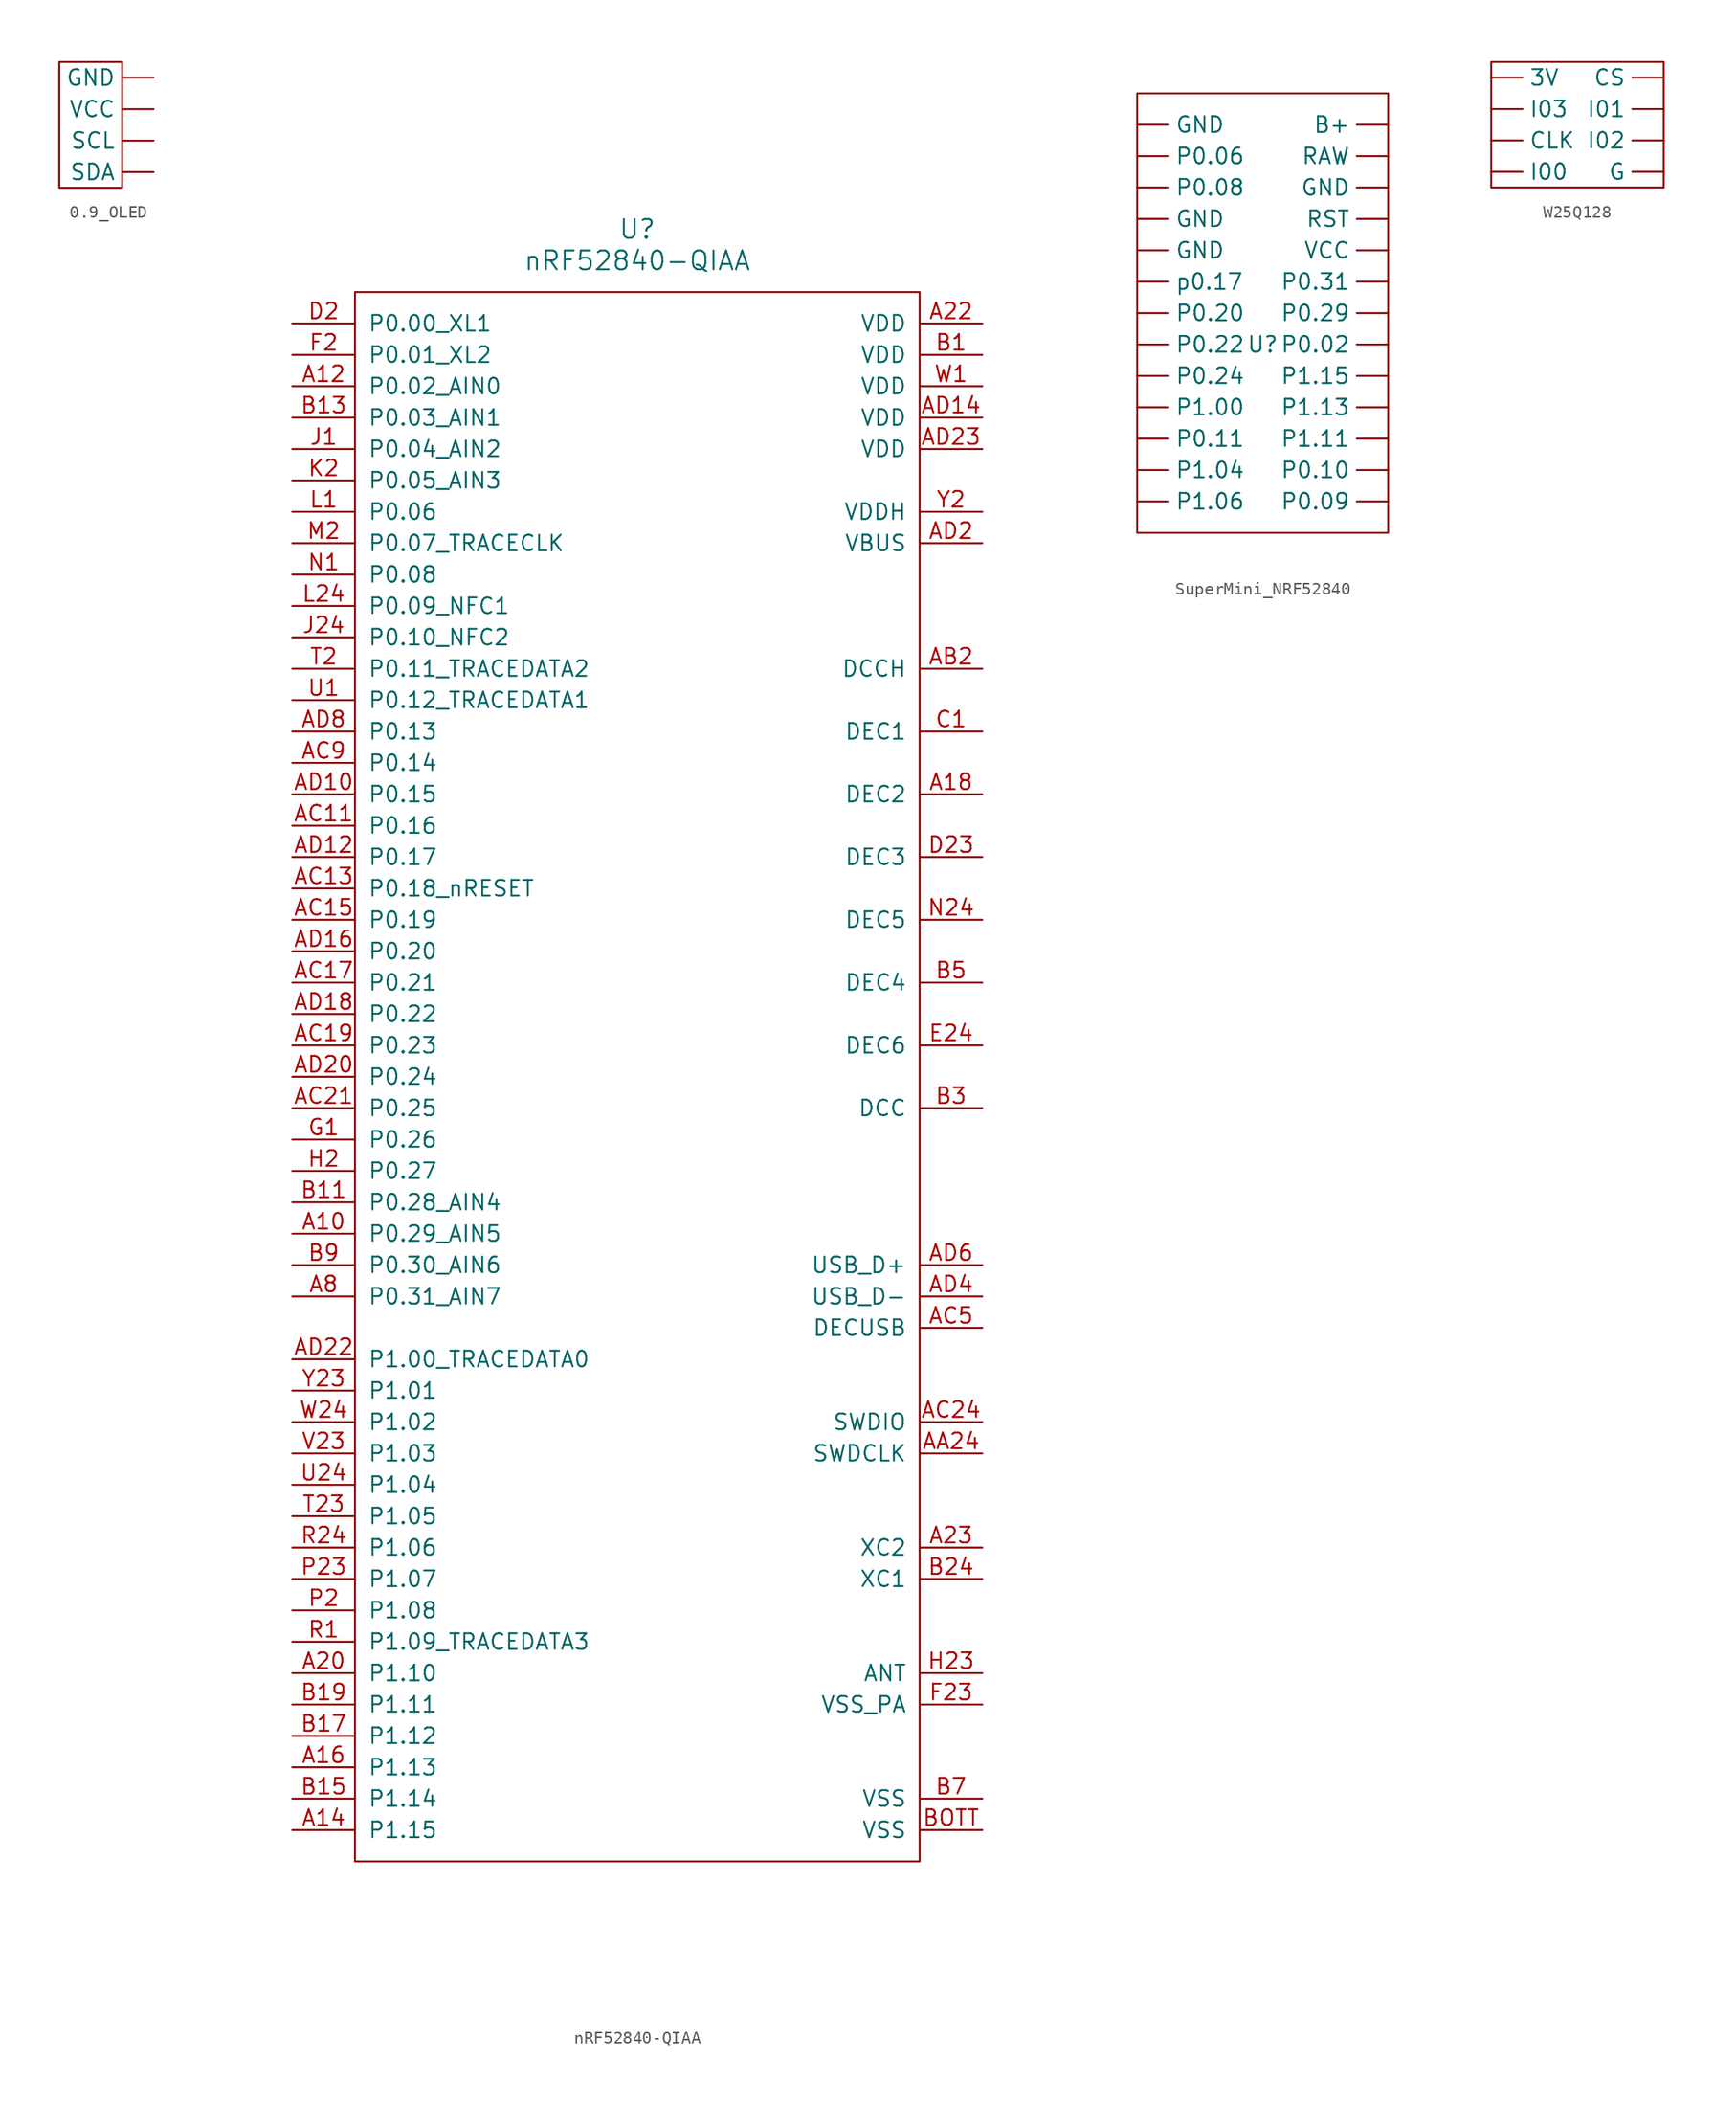
<source format=kicad_sym>
(kicad_symbol_lib
  (version 20241209)
  (generator "kicad_symbol_editor")
  (generator_version "9.0")
  (symbol "0.9_OLED"
    (property "Reference" "U"
      (at 0 0 90)
      (effects (font (size 1.27 1.27)) (hide yes)))
    (property "Value" ""
      (at 0 0 0)
      (effects (font (size 1.27 1.27))))
    (symbol "0.9_OLED_0_1"
      (rectangle (start -3.81 3.81) (end 1.27 -6.35) (stroke (width 0) (type default)) (fill (type none))))
    (symbol "0.9_OLED_1_1"
      (pin bidirectional line (at 3.81 2.54 180) (length 2.54) (name "GND" (effects (font (size 1.27 1.27)))) (number "" (effects (font (size 1.27 1.27)))))
      (pin bidirectional line (at 3.81 0 180) (length 2.54) (name "VCC" (effects (font (size 1.27 1.27)))) (number "" (effects (font (size 1.27 1.27)))))
      (pin bidirectional line (at 3.81 -2.54 180) (length 2.54) (name "SCL" (effects (font (size 1.27 1.27)))) (number "" (effects (font (size 1.27 1.27)))))
      (pin bidirectional line (at 3.81 -5.08 180) (length 2.54) (name "SDA" (effects (font (size 1.27 1.27)))) (number "" (effects (font (size 1.27 1.27)))))))
  (symbol "nRF52840-QIAA"
    (pin_names
      (offset 1.016))
    (property "Reference" "U"
      (at 0 68.58 0)
      (effects (font (size 1.524 1.524))))
    (property "Value" "nRF52840-QIAA"
      (at 0 66.04 0)
      (effects (font (size 1.524 1.524))))
    (symbol "nRF52840-QIAA_0_1"
      (rectangle (start -22.86 63.5) (end 22.86 -63.5) (stroke (width 0) (type solid)) (fill (type none))))
    (symbol "nRF52840-QIAA_1_1"
      (pin bidirectional line (at -27.94 60.96 0) (length 5.08) (name "P0.00_XL1" (effects (font (size 1.27 1.27)))) (number "D2" (effects (font (size 1.27 1.27)))))
      (pin bidirectional line (at -27.94 58.42 0) (length 5.08) (name "P0.01_XL2" (effects (font (size 1.27 1.27)))) (number "F2" (effects (font (size 1.27 1.27)))))
      (pin bidirectional line (at -27.94 55.88 0) (length 5.08) (name "P0.02_AIN0" (effects (font (size 1.27 1.27)))) (number "A12" (effects (font (size 1.27 1.27)))))
      (pin bidirectional line (at -27.94 53.34 0) (length 5.08) (name "P0.03_AIN1" (effects (font (size 1.27 1.27)))) (number "B13" (effects (font (size 1.27 1.27)))))
      (pin bidirectional line (at -27.94 50.8 0) (length 5.08) (name "P0.04_AIN2" (effects (font (size 1.27 1.27)))) (number "J1" (effects (font (size 1.27 1.27)))))
      (pin bidirectional line (at -27.94 48.26 0) (length 5.08) (name "P0.05_AIN3" (effects (font (size 1.27 1.27)))) (number "K2" (effects (font (size 1.27 1.27)))))
      (pin bidirectional line (at -27.94 45.72 0) (length 5.08) (name "P0.06" (effects (font (size 1.27 1.27)))) (number "L1" (effects (font (size 1.27 1.27)))))
      (pin bidirectional line (at -27.94 43.18 0) (length 5.08) (name "P0.07_TRACECLK" (effects (font (size 1.27 1.27)))) (number "M2" (effects (font (size 1.27 1.27)))))
      (pin bidirectional line (at -27.94 40.64 0) (length 5.08) (name "P0.08" (effects (font (size 1.27 1.27)))) (number "N1" (effects (font (size 1.27 1.27)))))
      (pin bidirectional line (at -27.94 38.1 0) (length 5.08) (name "P0.09_NFC1" (effects (font (size 1.27 1.27)))) (number "L24" (effects (font (size 1.27 1.27)))))
      (pin bidirectional line (at -27.94 35.56 0) (length 5.08) (name "P0.10_NFC2" (effects (font (size 1.27 1.27)))) (number "J24" (effects (font (size 1.27 1.27)))))
      (pin bidirectional line (at -27.94 33.02 0) (length 5.08) (name "P0.11_TRACEDATA2" (effects (font (size 1.27 1.27)))) (number "T2" (effects (font (size 1.27 1.27)))))
      (pin bidirectional line (at -27.94 30.48 0) (length 5.08) (name "P0.12_TRACEDATA1" (effects (font (size 1.27 1.27)))) (number "U1" (effects (font (size 1.27 1.27)))))
      (pin bidirectional line (at -27.94 27.94 0) (length 5.08) (name "P0.13" (effects (font (size 1.27 1.27)))) (number "AD8" (effects (font (size 1.27 1.27)))))
      (pin bidirectional line (at -27.94 25.4 0) (length 5.08) (name "P0.14" (effects (font (size 1.27 1.27)))) (number "AC9" (effects (font (size 1.27 1.27)))))
      (pin bidirectional line (at -27.94 22.86 0) (length 5.08) (name "P0.15" (effects (font (size 1.27 1.27)))) (number "AD10" (effects (font (size 1.27 1.27)))))
      (pin bidirectional line (at -27.94 20.32 0) (length 5.08) (name "P0.16" (effects (font (size 1.27 1.27)))) (number "AC11" (effects (font (size 1.27 1.27)))))
      (pin bidirectional line (at -27.94 17.78 0) (length 5.08) (name "P0.17" (effects (font (size 1.27 1.27)))) (number "AD12" (effects (font (size 1.27 1.27)))))
      (pin bidirectional line (at -27.94 15.24 0) (length 5.08) (name "P0.18_nRESET" (effects (font (size 1.27 1.27)))) (number "AC13" (effects (font (size 1.27 1.27)))))
      (pin bidirectional line (at -27.94 12.7 0) (length 5.08) (name "P0.19" (effects (font (size 1.27 1.27)))) (number "AC15" (effects (font (size 1.27 1.27)))))
      (pin bidirectional line (at -27.94 10.16 0) (length 5.08) (name "P0.20" (effects (font (size 1.27 1.27)))) (number "AD16" (effects (font (size 1.27 1.27)))))
      (pin bidirectional line (at -27.94 7.62 0) (length 5.08) (name "P0.21" (effects (font (size 1.27 1.27)))) (number "AC17" (effects (font (size 1.27 1.27)))))
      (pin bidirectional line (at -27.94 5.08 0) (length 5.08) (name "P0.22" (effects (font (size 1.27 1.27)))) (number "AD18" (effects (font (size 1.27 1.27)))))
      (pin bidirectional line (at -27.94 2.54 0) (length 5.08) (name "P0.23" (effects (font (size 1.27 1.27)))) (number "AC19" (effects (font (size 1.27 1.27)))))
      (pin bidirectional line (at -27.94 0 0) (length 5.08) (name "P0.24" (effects (font (size 1.27 1.27)))) (number "AD20" (effects (font (size 1.27 1.27)))))
      (pin bidirectional line (at -27.94 -2.54 0) (length 5.08) (name "P0.25" (effects (font (size 1.27 1.27)))) (number "AC21" (effects (font (size 1.27 1.27)))))
      (pin bidirectional line (at -27.94 -5.08 0) (length 5.08) (name "P0.26" (effects (font (size 1.27 1.27)))) (number "G1" (effects (font (size 1.27 1.27)))))
      (pin bidirectional line (at -27.94 -7.62 0) (length 5.08) (name "P0.27" (effects (font (size 1.27 1.27)))) (number "H2" (effects (font (size 1.27 1.27)))))
      (pin bidirectional line (at -27.94 -10.16 0) (length 5.08) (name "P0.28_AIN4" (effects (font (size 1.27 1.27)))) (number "B11" (effects (font (size 1.27 1.27)))))
      (pin bidirectional line (at -27.94 -12.7 0) (length 5.08) (name "P0.29_AIN5" (effects (font (size 1.27 1.27)))) (number "A10" (effects (font (size 1.27 1.27)))))
      (pin bidirectional line (at -27.94 -15.24 0) (length 5.08) (name "P0.30_AIN6" (effects (font (size 1.27 1.27)))) (number "B9" (effects (font (size 1.27 1.27)))))
      (pin bidirectional line (at -27.94 -17.78 0) (length 5.08) (name "P0.31_AIN7" (effects (font (size 1.27 1.27)))) (number "A8" (effects (font (size 1.27 1.27)))))
      (pin bidirectional line (at -27.94 -22.86 0) (length 5.08) (name "P1.00_TRACEDATA0" (effects (font (size 1.27 1.27)))) (number "AD22" (effects (font (size 1.27 1.27)))))
      (pin bidirectional line (at -27.94 -25.4 0) (length 5.08) (name "P1.01" (effects (font (size 1.27 1.27)))) (number "Y23" (effects (font (size 1.27 1.27)))))
      (pin bidirectional line (at -27.94 -27.94 0) (length 5.08) (name "P1.02" (effects (font (size 1.27 1.27)))) (number "W24" (effects (font (size 1.27 1.27)))))
      (pin bidirectional line (at -27.94 -30.48 0) (length 5.08) (name "P1.03" (effects (font (size 1.27 1.27)))) (number "V23" (effects (font (size 1.27 1.27)))))
      (pin bidirectional line (at -27.94 -33.02 0) (length 5.08) (name "P1.04" (effects (font (size 1.27 1.27)))) (number "U24" (effects (font (size 1.27 1.27)))))
      (pin bidirectional line (at -27.94 -35.56 0) (length 5.08) (name "P1.05" (effects (font (size 1.27 1.27)))) (number "T23" (effects (font (size 1.27 1.27)))))
      (pin bidirectional line (at -27.94 -38.1 0) (length 5.08) (name "P1.06" (effects (font (size 1.27 1.27)))) (number "R24" (effects (font (size 1.27 1.27)))))
      (pin bidirectional line (at -27.94 -40.64 0) (length 5.08) (name "P1.07" (effects (font (size 1.27 1.27)))) (number "P23" (effects (font (size 1.27 1.27)))))
      (pin bidirectional line (at -27.94 -43.18 0) (length 5.08) (name "P1.08" (effects (font (size 1.27 1.27)))) (number "P2" (effects (font (size 1.27 1.27)))))
      (pin bidirectional line (at -27.94 -45.72 0) (length 5.08) (name "P1.09_TRACEDATA3" (effects (font (size 1.27 1.27)))) (number "R1" (effects (font (size 1.27 1.27)))))
      (pin bidirectional line (at -27.94 -48.26 0) (length 5.08) (name "P1.10" (effects (font (size 1.27 1.27)))) (number "A20" (effects (font (size 1.27 1.27)))))
      (pin bidirectional line (at -27.94 -50.8 0) (length 5.08) (name "P1.11" (effects (font (size 1.27 1.27)))) (number "B19" (effects (font (size 1.27 1.27)))))
      (pin bidirectional line (at -27.94 -53.34 0) (length 5.08) (name "P1.12" (effects (font (size 1.27 1.27)))) (number "B17" (effects (font (size 1.27 1.27)))))
      (pin bidirectional line (at -27.94 -55.88 0) (length 5.08) (name "P1.13" (effects (font (size 1.27 1.27)))) (number "A16" (effects (font (size 1.27 1.27)))))
      (pin bidirectional line (at -27.94 -58.42 0) (length 5.08) (name "P1.14" (effects (font (size 1.27 1.27)))) (number "B15" (effects (font (size 1.27 1.27)))))
      (pin bidirectional line (at -27.94 -60.96 0) (length 5.08) (name "P1.15" (effects (font (size 1.27 1.27)))) (number "A14" (effects (font (size 1.27 1.27)))))
      (pin power_in line (at 27.94 60.96 180) (length 5.08) (name "VDD" (effects (font (size 1.27 1.27)))) (number "A22" (effects (font (size 1.27 1.27)))))
      (pin power_in line (at 27.94 58.42 180) (length 5.08) (name "VDD" (effects (font (size 1.27 1.27)))) (number "B1" (effects (font (size 1.27 1.27)))))
      (pin power_in line (at 27.94 55.88 180) (length 5.08) (name "VDD" (effects (font (size 1.27 1.27)))) (number "W1" (effects (font (size 1.27 1.27)))))
      (pin power_in line (at 27.94 53.34 180) (length 5.08) (name "VDD" (effects (font (size 1.27 1.27)))) (number "AD14" (effects (font (size 1.27 1.27)))))
      (pin bidirectional line (at 27.94 50.8 180) (length 5.08) (name "VDD" (effects (font (size 1.27 1.27)))) (number "AD23" (effects (font (size 1.27 1.27)))))
      (pin power_in line (at 27.94 45.72 180) (length 5.08) (name "VDDH" (effects (font (size 1.27 1.27)))) (number "Y2" (effects (font (size 1.27 1.27)))))
      (pin power_in line (at 27.94 43.18 180) (length 5.08) (name "VBUS" (effects (font (size 1.27 1.27)))) (number "AD2" (effects (font (size 1.27 1.27)))))
      (pin passive line (at 27.94 33.02 180) (length 5.08) (name "DCCH" (effects (font (size 1.27 1.27)))) (number "AB2" (effects (font (size 1.27 1.27)))))
      (pin passive line (at 27.94 27.94 180) (length 5.08) (name "DEC1" (effects (font (size 1.27 1.27)))) (number "C1" (effects (font (size 1.27 1.27)))))
      (pin passive line (at 27.94 22.86 180) (length 5.08) (name "DEC2" (effects (font (size 1.27 1.27)))) (number "A18" (effects (font (size 1.27 1.27)))))
      (pin passive line (at 27.94 17.78 180) (length 5.08) (name "DEC3" (effects (font (size 1.27 1.27)))) (number "D23" (effects (font (size 1.27 1.27)))))
      (pin passive line (at 27.94 12.7 180) (length 5.08) (name "DEC5" (effects (font (size 1.27 1.27)))) (number "N24" (effects (font (size 1.27 1.27)))))
      (pin passive line (at 27.94 7.62 180) (length 5.08) (name "DEC4" (effects (font (size 1.27 1.27)))) (number "B5" (effects (font (size 1.27 1.27)))))
      (pin passive line (at 27.94 2.54 180) (length 5.08) (name "DEC6" (effects (font (size 1.27 1.27)))) (number "E24" (effects (font (size 1.27 1.27)))))
      (pin passive line (at 27.94 -2.54 180) (length 5.08) (name "DCC" (effects (font (size 1.27 1.27)))) (number "B3" (effects (font (size 1.27 1.27)))))
      (pin bidirectional line (at 27.94 -15.24 180) (length 5.08) (name "USB_D+" (effects (font (size 1.27 1.27)))) (number "AD6" (effects (font (size 1.27 1.27)))))
      (pin bidirectional line (at 27.94 -17.78 180) (length 5.08) (name "USB_D­-" (effects (font (size 1.27 1.27)))) (number "AD4" (effects (font (size 1.27 1.27)))))
      (pin passive line (at 27.94 -20.32 180) (length 5.08) (name "DECUSB" (effects (font (size 1.27 1.27)))) (number "AC5" (effects (font (size 1.27 1.27)))))
      (pin bidirectional line (at 27.94 -27.94 180) (length 5.08) (name "SWDIO" (effects (font (size 1.27 1.27)))) (number "AC24" (effects (font (size 1.27 1.27)))))
      (pin input line (at 27.94 -30.48 180) (length 5.08) (name "SWDCLK" (effects (font (size 1.27 1.27)))) (number "AA24" (effects (font (size 1.27 1.27)))))
      (pin input line (at 27.94 -38.1 180) (length 5.08) (name "XC2" (effects (font (size 1.27 1.27)))) (number "A23" (effects (font (size 1.27 1.27)))))
      (pin input line (at 27.94 -40.64 180) (length 5.08) (name "XC1" (effects (font (size 1.27 1.27)))) (number "B24" (effects (font (size 1.27 1.27)))))
      (pin passive line (at 27.94 -48.26 180) (length 5.08) (name "ANT" (effects (font (size 1.27 1.27)))) (number "H23" (effects (font (size 1.27 1.27)))))
      (pin power_in line (at 27.94 -50.8 180) (length 5.08) (name "VSS_PA" (effects (font (size 1.27 1.27)))) (number "F23" (effects (font (size 1.27 1.27)))))
      (pin power_in line (at 27.94 -58.42 180) (length 5.08) (name "VSS" (effects (font (size 1.27 1.27)))) (number "B7" (effects (font (size 1.27 1.27)))))
      (pin power_in line (at 27.94 -60.96 180) (length 5.08) (name "VSS" (effects (font (size 1.27 1.27)))) (number "BOTT" (effects (font (size 1.27 1.27)))))))
  (symbol "SuperMini_NRF52840"
    (property "Reference" "U"
      (at 0 0 0)
      (effects (font (size 1.27 1.27))))
    (property "Value" ""
      (at 0 0 0)
      (effects (font (size 1.27 1.27))))
    (symbol "SuperMini_NRF52840_0_1"
      (rectangle (start -10.16 20.32) (end 10.16 -15.24) (stroke (width 0) (type default)) (fill (type none))))
    (symbol "SuperMini_NRF52840_1_1"
      (pin bidirectional line (at -10.16 17.78 0) (length 2.54) (name "GND" (effects (font (size 1.27 1.27)))) (number "" (effects (font (size 1.27 1.27)))))
      (pin bidirectional line (at -10.16 15.24 0) (length 2.54) (name "P0.06" (effects (font (size 1.27 1.27)))) (number "" (effects (font (size 1.27 1.27)))))
      (pin bidirectional line (at -10.16 12.7 0) (length 2.54) (name "P0.08" (effects (font (size 1.27 1.27)))) (number "" (effects (font (size 1.27 1.27)))))
      (pin bidirectional line (at -10.16 10.16 0) (length 2.54) (name "GND" (effects (font (size 1.27 1.27)))) (number "" (effects (font (size 1.27 1.27)))))
      (pin bidirectional line (at -10.16 7.62 0) (length 2.54) (name "GND" (effects (font (size 1.27 1.27)))) (number "" (effects (font (size 1.27 1.27)))))
      (pin bidirectional line (at -10.16 5.08 0) (length 2.54) (name "p0.17" (effects (font (size 1.27 1.27)))) (number "" (effects (font (size 1.27 1.27)))))
      (pin bidirectional line (at -10.16 2.54 0) (length 2.54) (name "P0.20" (effects (font (size 1.27 1.27)))) (number "" (effects (font (size 1.27 1.27)))))
      (pin bidirectional line (at -10.16 0 0) (length 2.54) (name "P0.22" (effects (font (size 1.27 1.27)))) (number "" (effects (font (size 1.27 1.27)))))
      (pin bidirectional line (at -10.16 -2.54 0) (length 2.54) (name "P0.24" (effects (font (size 1.27 1.27)))) (number "" (effects (font (size 1.27 1.27)))))
      (pin bidirectional line (at -10.16 -5.08 0) (length 2.54) (name "P1.00" (effects (font (size 1.27 1.27)))) (number "" (effects (font (size 1.27 1.27)))))
      (pin bidirectional line (at -10.16 -7.62 0) (length 2.54) (name "P0.11" (effects (font (size 1.27 1.27)))) (number "" (effects (font (size 1.27 1.27)))))
      (pin bidirectional line (at -10.16 -10.16 0) (length 2.54) (name "P1.04" (effects (font (size 1.27 1.27)))) (number "" (effects (font (size 1.27 1.27)))))
      (pin bidirectional line (at -10.16 -12.7 0) (length 2.54) (name "P1.06" (effects (font (size 1.27 1.27)))) (number "" (effects (font (size 1.27 1.27)))))
      (pin input line (at 10.16 17.78 180) (length 2.54) (name "B+" (effects (font (size 1.27 1.27)))) (number "" (effects (font (size 1.27 1.27)))))
      (pin input line (at 10.16 15.24 180) (length 2.54) (name "RAW" (effects (font (size 1.27 1.27)))) (number "" (effects (font (size 1.27 1.27)))))
      (pin bidirectional line (at 10.16 12.7 180) (length 2.54) (name "GND" (effects (font (size 1.27 1.27)))) (number "" (effects (font (size 1.27 1.27)))))
      (pin bidirectional line (at 10.16 10.16 180) (length 2.54) (name "RST" (effects (font (size 1.27 1.27)))) (number "" (effects (font (size 1.27 1.27)))))
      (pin output line (at 10.16 7.62 180) (length 2.54) (name "VCC" (effects (font (size 1.27 1.27)))) (number "" (effects (font (size 1.27 1.27)))))
      (pin bidirectional line (at 10.16 5.08 180) (length 2.54) (name "P0.31" (effects (font (size 1.27 1.27)))) (number "" (effects (font (size 1.27 1.27)))))
      (pin bidirectional line (at 10.16 2.54 180) (length 2.54) (name "P0.29" (effects (font (size 1.27 1.27)))) (number "" (effects (font (size 1.27 1.27)))))
      (pin bidirectional line (at 10.16 0 180) (length 2.54) (name "P0.02" (effects (font (size 1.27 1.27)))) (number "" (effects (font (size 1.27 1.27)))))
      (pin bidirectional line (at 10.16 -2.54 180) (length 2.54) (name "P1.15" (effects (font (size 1.27 1.27)))) (number "" (effects (font (size 1.27 1.27)))))
      (pin bidirectional line (at 10.16 -5.08 180) (length 2.54) (name "P1.13" (effects (font (size 1.27 1.27)))) (number "" (effects (font (size 1.27 1.27)))))
      (pin bidirectional line (at 10.16 -7.62 180) (length 2.54) (name "P1.11" (effects (font (size 1.27 1.27)))) (number "" (effects (font (size 1.27 1.27)))))
      (pin bidirectional line (at 10.16 -10.16 180) (length 2.54) (name "P0.10" (effects (font (size 1.27 1.27)))) (number "" (effects (font (size 1.27 1.27)))))
      (pin bidirectional line (at 10.16 -12.7 180) (length 2.54) (name "P0.09" (effects (font (size 1.27 1.27)))) (number "" (effects (font (size 1.27 1.27)))))))
  (symbol "W25Q128"
    (property "Reference" "U"
      (at 0 0 0)
      (effects (font (size 1.27 1.27)) (hide yes)))
    (property "Value" ""
      (at 0 0 0)
      (effects (font (size 1.27 1.27))))
    (symbol "W25Q128_0_1"
      (rectangle (start -6.35 6.35) (end 7.62 -3.81) (stroke (width 0) (type default)) (fill (type none))))
    (symbol "W25Q128_1_1"
      (pin input line (at -6.35 5.08 0) (length 2.54) (name "3V" (effects (font (size 1.27 1.27)))) (number "" (effects (font (size 1.27 1.27)))))
      (pin bidirectional line (at -6.35 2.54 0) (length 2.54) (name "I03" (effects (font (size 1.27 1.27)))) (number "" (effects (font (size 1.27 1.27)))))
      (pin bidirectional line (at -6.35 0 0) (length 2.54) (name "CLK" (effects (font (size 1.27 1.27)))) (number "" (effects (font (size 1.27 1.27)))))
      (pin bidirectional line (at -6.35 -2.54 0) (length 2.54) (name "I00" (effects (font (size 1.27 1.27)))) (number "" (effects (font (size 1.27 1.27)))))
      (pin bidirectional line (at 7.62 5.08 180) (length 2.54) (name "CS" (effects (font (size 1.27 1.27)))) (number "" (effects (font (size 1.27 1.27)))))
      (pin bidirectional line (at 7.62 2.54 180) (length 2.54) (name "I01" (effects (font (size 1.27 1.27)))) (number "" (effects (font (size 1.27 1.27)))))
      (pin bidirectional line (at 7.62 0 180) (length 2.54) (name "I02" (effects (font (size 1.27 1.27)))) (number "" (effects (font (size 1.27 1.27)))))
      (pin bidirectional line (at 7.62 -2.54 180) (length 2.54) (name "G" (effects (font (size 1.27 1.27)))) (number "" (effects (font (size 1.27 1.27))))))))
</source>
